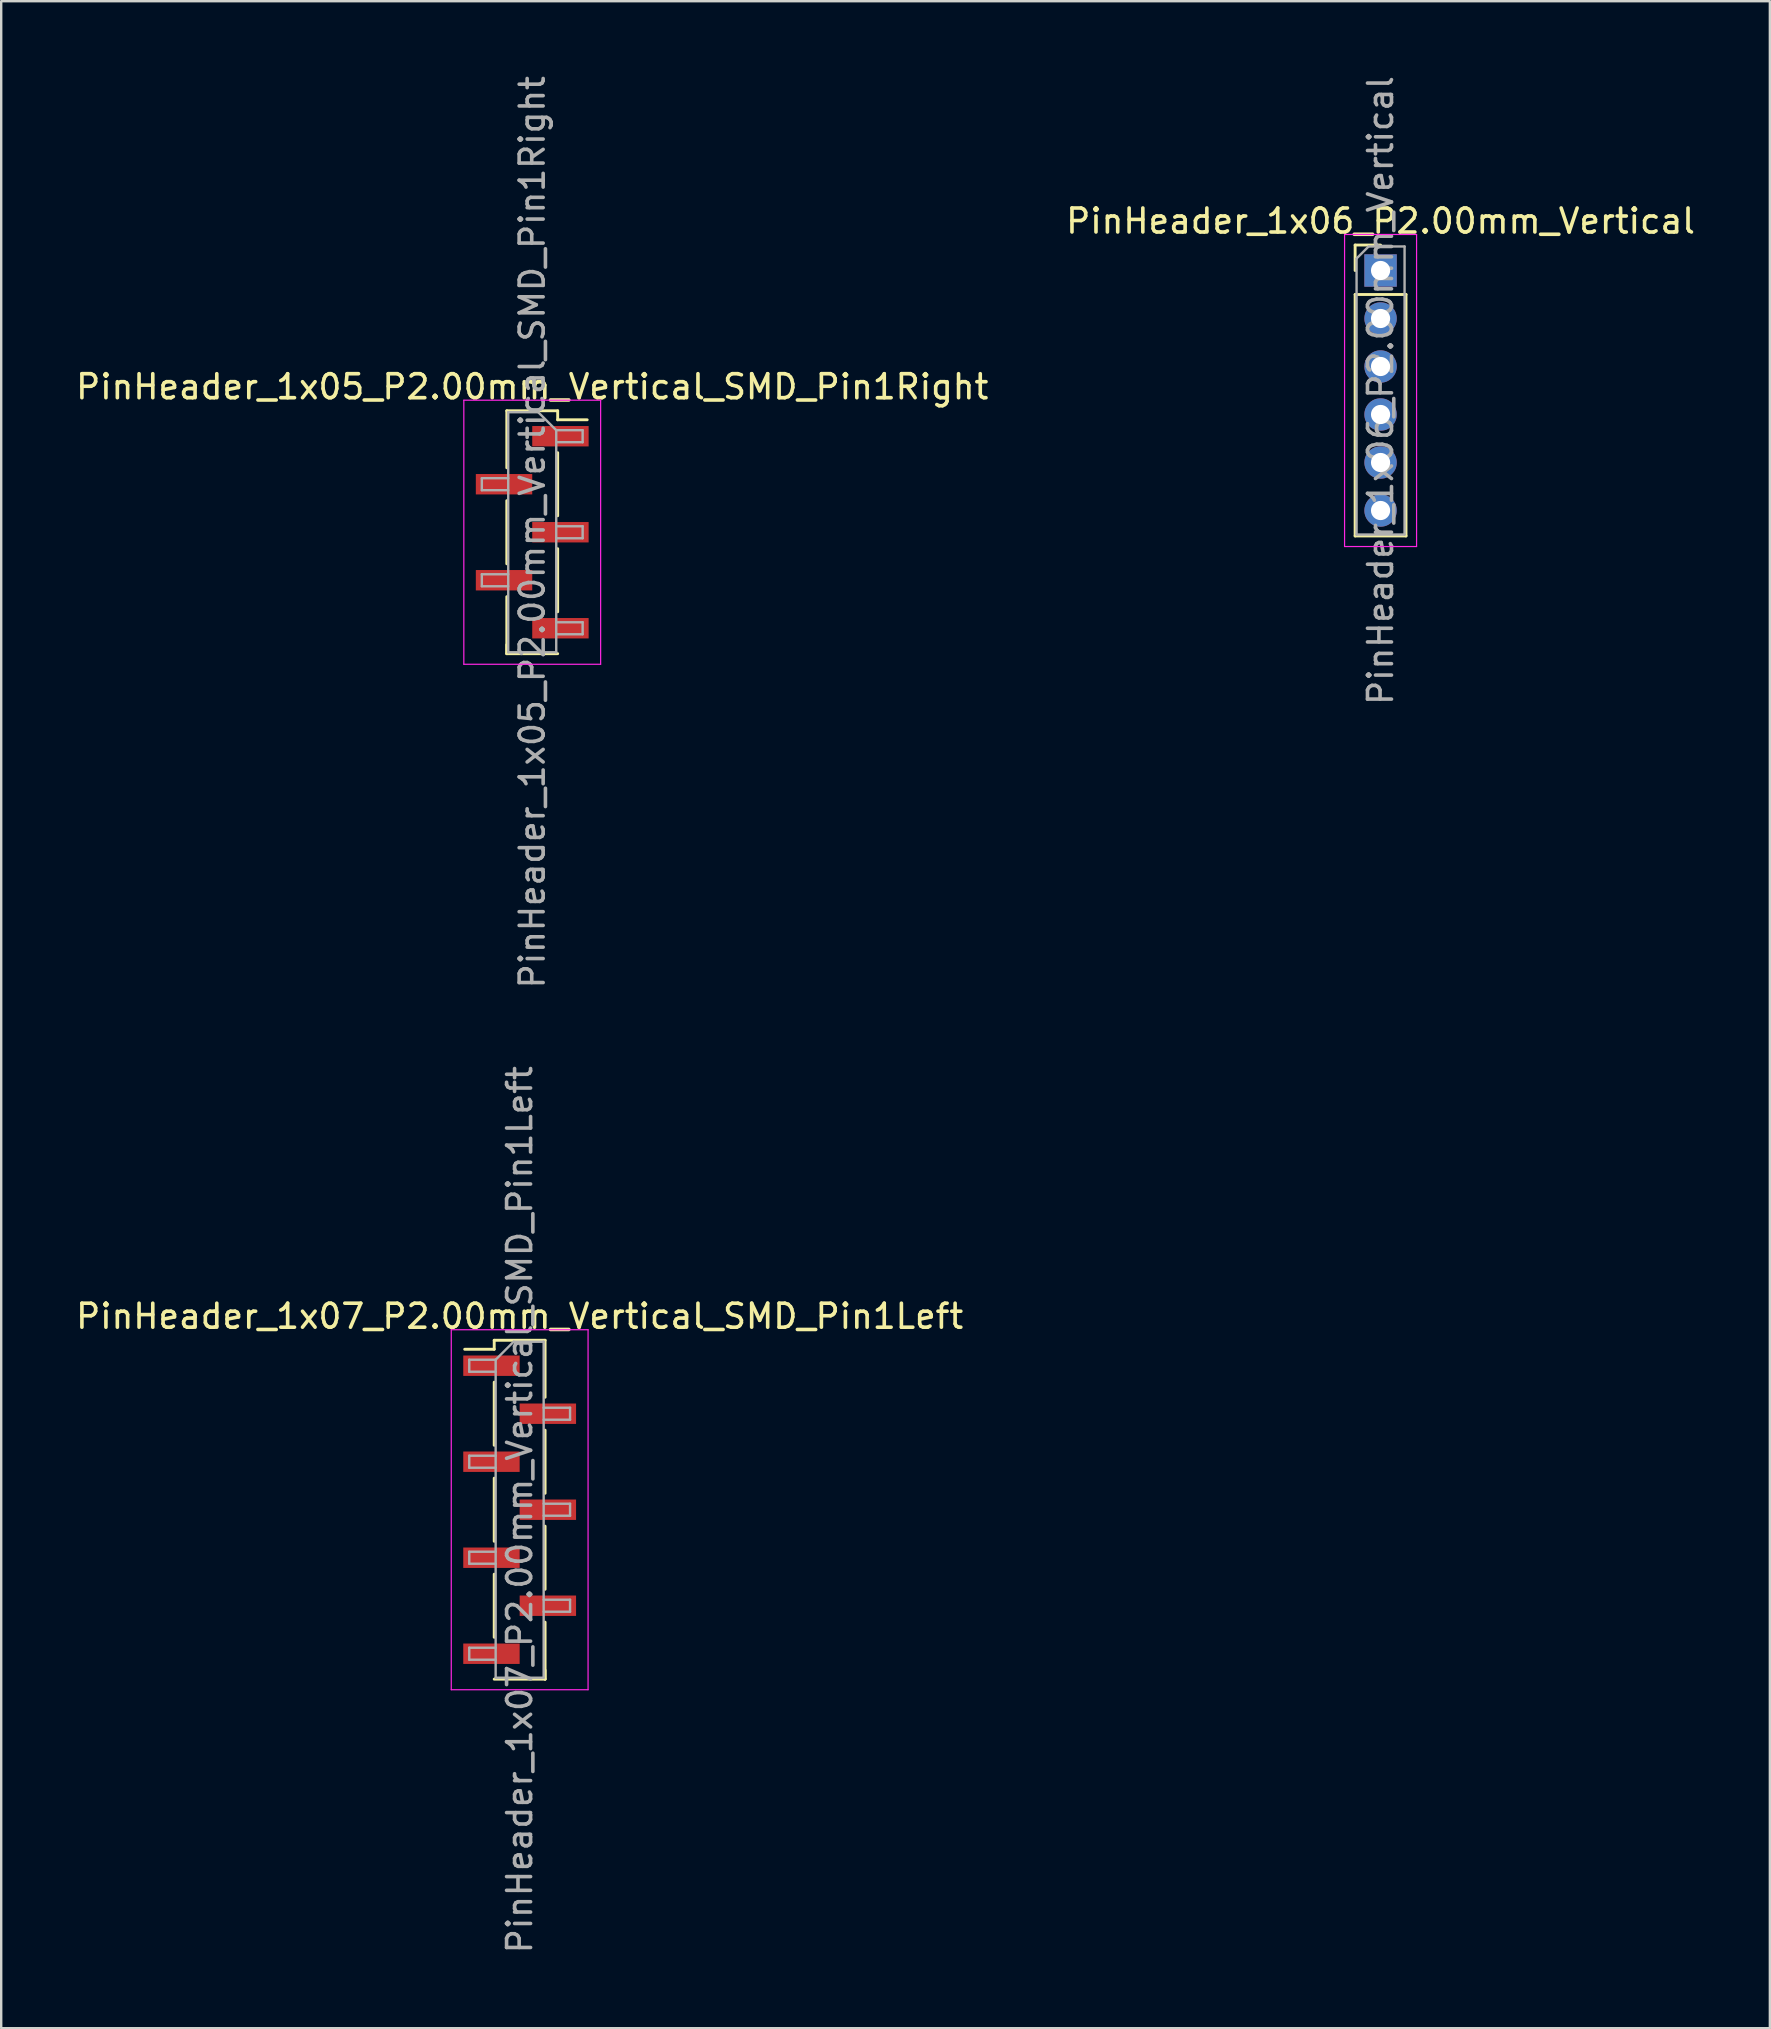
<source format=kicad_pcb>
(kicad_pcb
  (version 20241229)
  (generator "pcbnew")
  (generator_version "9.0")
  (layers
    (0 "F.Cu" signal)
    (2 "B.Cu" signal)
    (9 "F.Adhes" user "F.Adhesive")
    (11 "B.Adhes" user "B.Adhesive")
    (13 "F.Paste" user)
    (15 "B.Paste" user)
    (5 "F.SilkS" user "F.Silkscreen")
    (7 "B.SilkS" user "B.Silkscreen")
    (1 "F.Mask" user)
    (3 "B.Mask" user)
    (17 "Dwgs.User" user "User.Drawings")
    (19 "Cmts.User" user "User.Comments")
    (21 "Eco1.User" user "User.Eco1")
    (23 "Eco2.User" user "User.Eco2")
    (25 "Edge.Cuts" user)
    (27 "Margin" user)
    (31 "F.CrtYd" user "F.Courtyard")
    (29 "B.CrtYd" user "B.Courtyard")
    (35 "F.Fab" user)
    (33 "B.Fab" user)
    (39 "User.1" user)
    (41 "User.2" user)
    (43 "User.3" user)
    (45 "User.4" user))
  (footprint "PinHeader_1x07_P2.00mm_Vertical_SMD_Pin1Left"
    (layer "F.Cu")
    (at 18.601 59.851)
    (property "Reference" "PinHeader_1x07_P2.00mm_Vertical_SMD_Pin1Left" (at 0 -8.06 0) (layer "F.SilkS") (effects (font (size 1 1) (thickness 0.15))))
    (attr smd)
    (fp_line (start -1.06 -7.06) (end -1.06 -6.685) (stroke (width 0.12) (type solid)) (layer "F.SilkS"))
    (fp_line (start -1.06 -7.06) (end 1.06 -7.06) (stroke (width 0.12) (type solid)) (layer "F.SilkS"))
    (fp_line (start -1.06 -6.685) (end -2.29 -6.685) (stroke (width 0.12) (type solid)) (layer "F.SilkS"))
    (fp_line (start -1.06 -5.315) (end -1.06 -2.685) (stroke (width 0.12) (type solid)) (layer "F.SilkS"))
    (fp_line (start -1.06 -1.315) (end -1.06 1.315) (stroke (width 0.12) (type solid)) (layer "F.SilkS"))
    (fp_line (start -1.06 2.685) (end -1.06 5.315) (stroke (width 0.12) (type solid)) (layer "F.SilkS"))
    (fp_line (start -1.06 7.06) (end 1.06 7.06) (stroke (width 0.12) (type solid)) (layer "F.SilkS"))
    (fp_line (start 1.06 -7.06) (end 1.06 -4.685) (stroke (width 0.12) (type solid)) (layer "F.SilkS"))
    (fp_line (start 1.06 -3.315) (end 1.06 -0.685) (stroke (width 0.12) (type solid)) (layer "F.SilkS"))
    (fp_line (start 1.06 0.685) (end 1.06 3.315) (stroke (width 0.12) (type solid)) (layer "F.SilkS"))
    (fp_line (start 1.06 4.685) (end 1.06 7.06) (stroke (width 0.12) (type solid)) (layer "F.SilkS"))
    (fp_line (start 1.06 6.685) (end 1.06 7.06) (stroke (width 0.12) (type solid)) (layer "F.SilkS"))
    (fp_line (start -2.85 -7.5) (end -2.85 7.5) (stroke (width 0.05) (type solid)) (layer "F.CrtYd"))
    (fp_line (start -2.85 7.5) (end 2.85 7.5) (stroke (width 0.05) (type solid)) (layer "F.CrtYd"))
    (fp_line (start 2.85 -7.5) (end -2.85 -7.5) (stroke (width 0.05) (type solid)) (layer "F.CrtYd"))
    (fp_line (start 2.85 7.5) (end 2.85 -7.5) (stroke (width 0.05) (type solid)) (layer "F.CrtYd"))
    (fp_line (start -2.1 -6.25) (end -2.1 -5.75) (stroke (width 0.1) (type solid)) (layer "F.Fab"))
    (fp_line (start -2.1 -5.75) (end -1 -5.75) (stroke (width 0.1) (type solid)) (layer "F.Fab"))
    (fp_line (start -2.1 -2.25) (end -2.1 -1.75) (stroke (width 0.1) (type solid)) (layer "F.Fab"))
    (fp_line (start -2.1 -1.75) (end -1 -1.75) (stroke (width 0.1) (type solid)) (layer "F.Fab"))
    (fp_line (start -2.1 1.75) (end -2.1 2.25) (stroke (width 0.1) (type solid)) (layer "F.Fab"))
    (fp_line (start -2.1 2.25) (end -1 2.25) (stroke (width 0.1) (type solid)) (layer "F.Fab"))
    (fp_line (start -2.1 5.75) (end -2.1 6.25) (stroke (width 0.1) (type solid)) (layer "F.Fab"))
    (fp_line (start -2.1 6.25) (end -1 6.25) (stroke (width 0.1) (type solid)) (layer "F.Fab"))
    (fp_line (start -1 -6.25) (end -2.1 -6.25) (stroke (width 0.1) (type solid)) (layer "F.Fab"))
    (fp_line (start -1 -6.25) (end -0.25 -7) (stroke (width 0.1) (type solid)) (layer "F.Fab"))
    (fp_line (start -1 -2.25) (end -2.1 -2.25) (stroke (width 0.1) (type solid)) (layer "F.Fab"))
    (fp_line (start -1 1.75) (end -2.1 1.75) (stroke (width 0.1) (type solid)) (layer "F.Fab"))
    (fp_line (start -1 5.75) (end -2.1 5.75) (stroke (width 0.1) (type solid)) (layer "F.Fab"))
    (fp_line (start -1 7) (end -1 -6.25) (stroke (width 0.1) (type solid)) (layer "F.Fab"))
    (fp_line (start -0.25 -7) (end 1 -7) (stroke (width 0.1) (type solid)) (layer "F.Fab"))
    (fp_line (start 1 -7) (end 1 7) (stroke (width 0.1) (type solid)) (layer "F.Fab"))
    (fp_line (start 1 -4.25) (end 2.1 -4.25) (stroke (width 0.1) (type solid)) (layer "F.Fab"))
    (fp_line (start 1 -0.25) (end 2.1 -0.25) (stroke (width 0.1) (type solid)) (layer "F.Fab"))
    (fp_line (start 1 3.75) (end 2.1 3.75) (stroke (width 0.1) (type solid)) (layer "F.Fab"))
    (fp_line (start 1 7) (end -1 7) (stroke (width 0.1) (type solid)) (layer "F.Fab"))
    (fp_line (start 2.1 -4.25) (end 2.1 -3.75) (stroke (width 0.1) (type solid)) (layer "F.Fab"))
    (fp_line (start 2.1 -3.75) (end 1 -3.75) (stroke (width 0.1) (type solid)) (layer "F.Fab"))
    (fp_line (start 2.1 -0.25) (end 2.1 0.25) (stroke (width 0.1) (type solid)) (layer "F.Fab"))
    (fp_line (start 2.1 0.25) (end 1 0.25) (stroke (width 0.1) (type solid)) (layer "F.Fab"))
    (fp_line (start 2.1 3.75) (end 2.1 4.25) (stroke (width 0.1) (type solid)) (layer "F.Fab"))
    (fp_line (start 2.1 4.25) (end 1 4.25) (stroke (width 0.1) (type solid)) (layer "F.Fab"))
    (fp_text user "${REFERENCE}" (at 0 0 90) (layer "F.Fab") (effects (font (size 1 1) (thickness 0.15))))
    (pad "1" smd rect (at -1.175 -6) (size 2.35 0.85) (layers "F.Cu" "F.Mask" "F.Paste"))
    (pad "2" smd rect (at 1.175 -4) (size 2.35 0.85) (layers "F.Cu" "F.Mask" "F.Paste"))
    (pad "3" smd rect (at -1.175 -2) (size 2.35 0.85) (layers "F.Cu" "F.Mask" "F.Paste"))
    (pad "4" smd rect (at 1.175 0) (size 2.35 0.85) (layers "F.Cu" "F.Mask" "F.Paste"))
    (pad "5" smd rect (at -1.175 2) (size 2.35 0.85) (layers "F.Cu" "F.Mask" "F.Paste"))
    (pad "6" smd rect (at 1.175 4) (size 2.35 0.85) (layers "F.Cu" "F.Mask" "F.Paste"))
    (pad "7" smd rect (at -1.175 6) (size 2.35 0.85) (layers "F.Cu" "F.Mask" "F.Paste")))
  (footprint "PinHeader_1x06_P2.00mm_Vertical"
    (layer "F.Cu")
    (at 54.47 8.22)
    (property "Reference" "PinHeader_1x06_P2.00mm_Vertical" (at 0 -2.06 0) (layer "F.SilkS") (effects (font (size 1 1) (thickness 0.15))))
    (attr through_hole)
    (fp_line (start -1.06 -1.06) (end 0 -1.06) (stroke (width 0.12) (type solid)) (layer "F.SilkS"))
    (fp_line (start -1.06 0) (end -1.06 -1.06) (stroke (width 0.12) (type solid)) (layer "F.SilkS"))
    (fp_line (start -1.06 1) (end -1.06 11.06) (stroke (width 0.12) (type solid)) (layer "F.SilkS"))
    (fp_line (start -1.06 1) (end 1.06 1) (stroke (width 0.12) (type solid)) (layer "F.SilkS"))
    (fp_line (start -1.06 11.06) (end 1.06 11.06) (stroke (width 0.12) (type solid)) (layer "F.SilkS"))
    (fp_line (start 1.06 1) (end 1.06 11.06) (stroke (width 0.12) (type solid)) (layer "F.SilkS"))
    (fp_line (start -1.5 -1.5) (end -1.5 11.5) (stroke (width 0.05) (type solid)) (layer "F.CrtYd"))
    (fp_line (start -1.5 11.5) (end 1.5 11.5) (stroke (width 0.05) (type solid)) (layer "F.CrtYd"))
    (fp_line (start 1.5 -1.5) (end -1.5 -1.5) (stroke (width 0.05) (type solid)) (layer "F.CrtYd"))
    (fp_line (start 1.5 11.5) (end 1.5 -1.5) (stroke (width 0.05) (type solid)) (layer "F.CrtYd"))
    (fp_line (start -1 -0.5) (end -0.5 -1) (stroke (width 0.1) (type solid)) (layer "F.Fab"))
    (fp_line (start -1 11) (end -1 -0.5) (stroke (width 0.1) (type solid)) (layer "F.Fab"))
    (fp_line (start -0.5 -1) (end 1 -1) (stroke (width 0.1) (type solid)) (layer "F.Fab"))
    (fp_line (start 1 -1) (end 1 11) (stroke (width 0.1) (type solid)) (layer "F.Fab"))
    (fp_line (start 1 11) (end -1 11) (stroke (width 0.1) (type solid)) (layer "F.Fab"))
    (fp_text user "${REFERENCE}" (at 0 5 90) (layer "F.Fab") (effects (font (size 1 1) (thickness 0.15))))
    (pad "1" thru_hole rect (at 0 0) (size 1.35 1.35) (drill 0.8) (layers "*.Cu" "*.Mask"))
    (pad "2" thru_hole oval (at 0 2) (size 1.35 1.35) (drill 0.8) (layers "*.Cu" "*.Mask"))
    (pad "3" thru_hole oval (at 0 4) (size 1.35 1.35) (drill 0.8) (layers "*.Cu" "*.Mask"))
    (pad "4" thru_hole oval (at 0 6) (size 1.35 1.35) (drill 0.8) (layers "*.Cu" "*.Mask"))
    (pad "5" thru_hole oval (at 0 8) (size 1.35 1.35) (drill 0.8) (layers "*.Cu" "*.Mask"))
    (pad "6" thru_hole oval (at 0 10) (size 1.35 1.35) (drill 0.8) (layers "*.Cu" "*.Mask")))
  (footprint "PinHeader_1x05_P2.00mm_Vertical_SMD_Pin1Right"
    (layer "F.Cu")
    (at 19.125 19.125)
    (property "Reference" "PinHeader_1x05_P2.00mm_Vertical_SMD_Pin1Right" (at 0 -6.06 0) (layer "F.SilkS") (effects (font (size 1 1) (thickness 0.15))))
    (attr smd)
    (fp_line (start -1.06 -5.06) (end -1.06 -2.685) (stroke (width 0.12) (type solid)) (layer "F.SilkS"))
    (fp_line (start -1.06 -5.06) (end 1.06 -5.06) (stroke (width 0.12) (type solid)) (layer "F.SilkS"))
    (fp_line (start -1.06 -1.315) (end -1.06 1.315) (stroke (width 0.12) (type solid)) (layer "F.SilkS"))
    (fp_line (start -1.06 2.685) (end -1.06 5.06) (stroke (width 0.12) (type solid)) (layer "F.SilkS"))
    (fp_line (start -1.06 4.685) (end -1.06 5.06) (stroke (width 0.12) (type solid)) (layer "F.SilkS"))
    (fp_line (start -1.06 5.06) (end 1.06 5.06) (stroke (width 0.12) (type solid)) (layer "F.SilkS"))
    (fp_line (start 1.06 -5.06) (end 1.06 -4.685) (stroke (width 0.12) (type solid)) (layer "F.SilkS"))
    (fp_line (start 1.06 -4.685) (end 2.29 -4.685) (stroke (width 0.12) (type solid)) (layer "F.SilkS"))
    (fp_line (start 1.06 -3.315) (end 1.06 -0.685) (stroke (width 0.12) (type solid)) (layer "F.SilkS"))
    (fp_line (start 1.06 0.685) (end 1.06 3.315) (stroke (width 0.12) (type solid)) (layer "F.SilkS"))
    (fp_line (start -2.85 -5.5) (end -2.85 5.5) (stroke (width 0.05) (type solid)) (layer "F.CrtYd"))
    (fp_line (start -2.85 5.5) (end 2.85 5.5) (stroke (width 0.05) (type solid)) (layer "F.CrtYd"))
    (fp_line (start 2.85 -5.5) (end -2.85 -5.5) (stroke (width 0.05) (type solid)) (layer "F.CrtYd"))
    (fp_line (start 2.85 5.5) (end 2.85 -5.5) (stroke (width 0.05) (type solid)) (layer "F.CrtYd"))
    (fp_line (start -2.1 -2.25) (end -2.1 -1.75) (stroke (width 0.1) (type solid)) (layer "F.Fab"))
    (fp_line (start -2.1 -1.75) (end -1 -1.75) (stroke (width 0.1) (type solid)) (layer "F.Fab"))
    (fp_line (start -2.1 1.75) (end -2.1 2.25) (stroke (width 0.1) (type solid)) (layer "F.Fab"))
    (fp_line (start -2.1 2.25) (end -1 2.25) (stroke (width 0.1) (type solid)) (layer "F.Fab"))
    (fp_line (start -1 -5) (end -1 5) (stroke (width 0.1) (type solid)) (layer "F.Fab"))
    (fp_line (start -1 -5) (end 0.25 -5) (stroke (width 0.1) (type solid)) (layer "F.Fab"))
    (fp_line (start -1 -2.25) (end -2.1 -2.25) (stroke (width 0.1) (type solid)) (layer "F.Fab"))
    (fp_line (start -1 1.75) (end -2.1 1.75) (stroke (width 0.1) (type solid)) (layer "F.Fab"))
    (fp_line (start 1 -4.25) (end 0.25 -5) (stroke (width 0.1) (type solid)) (layer "F.Fab"))
    (fp_line (start 1 -4.25) (end 2.1 -4.25) (stroke (width 0.1) (type solid)) (layer "F.Fab"))
    (fp_line (start 1 -0.25) (end 2.1 -0.25) (stroke (width 0.1) (type solid)) (layer "F.Fab"))
    (fp_line (start 1 3.75) (end 2.1 3.75) (stroke (width 0.1) (type solid)) (layer "F.Fab"))
    (fp_line (start 1 5) (end -1 5) (stroke (width 0.1) (type solid)) (layer "F.Fab"))
    (fp_line (start 1 5) (end 1 -4.25) (stroke (width 0.1) (type solid)) (layer "F.Fab"))
    (fp_line (start 2.1 -4.25) (end 2.1 -3.75) (stroke (width 0.1) (type solid)) (layer "F.Fab"))
    (fp_line (start 2.1 -3.75) (end 1 -3.75) (stroke (width 0.1) (type solid)) (layer "F.Fab"))
    (fp_line (start 2.1 -0.25) (end 2.1 0.25) (stroke (width 0.1) (type solid)) (layer "F.Fab"))
    (fp_line (start 2.1 0.25) (end 1 0.25) (stroke (width 0.1) (type solid)) (layer "F.Fab"))
    (fp_line (start 2.1 3.75) (end 2.1 4.25) (stroke (width 0.1) (type solid)) (layer "F.Fab"))
    (fp_line (start 2.1 4.25) (end 1 4.25) (stroke (width 0.1) (type solid)) (layer "F.Fab"))
    (fp_text user "${REFERENCE}" (at 0 0 90) (layer "F.Fab") (effects (font (size 1 1) (thickness 0.15))))
    (pad "1" smd rect (at 1.175 -4) (size 2.35 0.85) (layers "F.Cu" "F.Mask" "F.Paste"))
    (pad "2" smd rect (at -1.175 -2) (size 2.35 0.85) (layers "F.Cu" "F.Mask" "F.Paste"))
    (pad "3" smd rect (at 1.175 0) (size 2.35 0.85) (layers "F.Cu" "F.Mask" "F.Paste"))
    (pad "4" smd rect (at -1.175 2) (size 2.35 0.85) (layers "F.Cu" "F.Mask" "F.Paste"))
    (pad "5" smd rect (at 1.175 4) (size 2.35 0.85) (layers "F.Cu" "F.Mask" "F.Paste")))
  (gr_rect
    (start -3 -3)
    (end 70.69 81.452)
    (stroke (width 0.1) (type default))
    (fill no)
    (layer "Edge.Cuts")))
</source>
